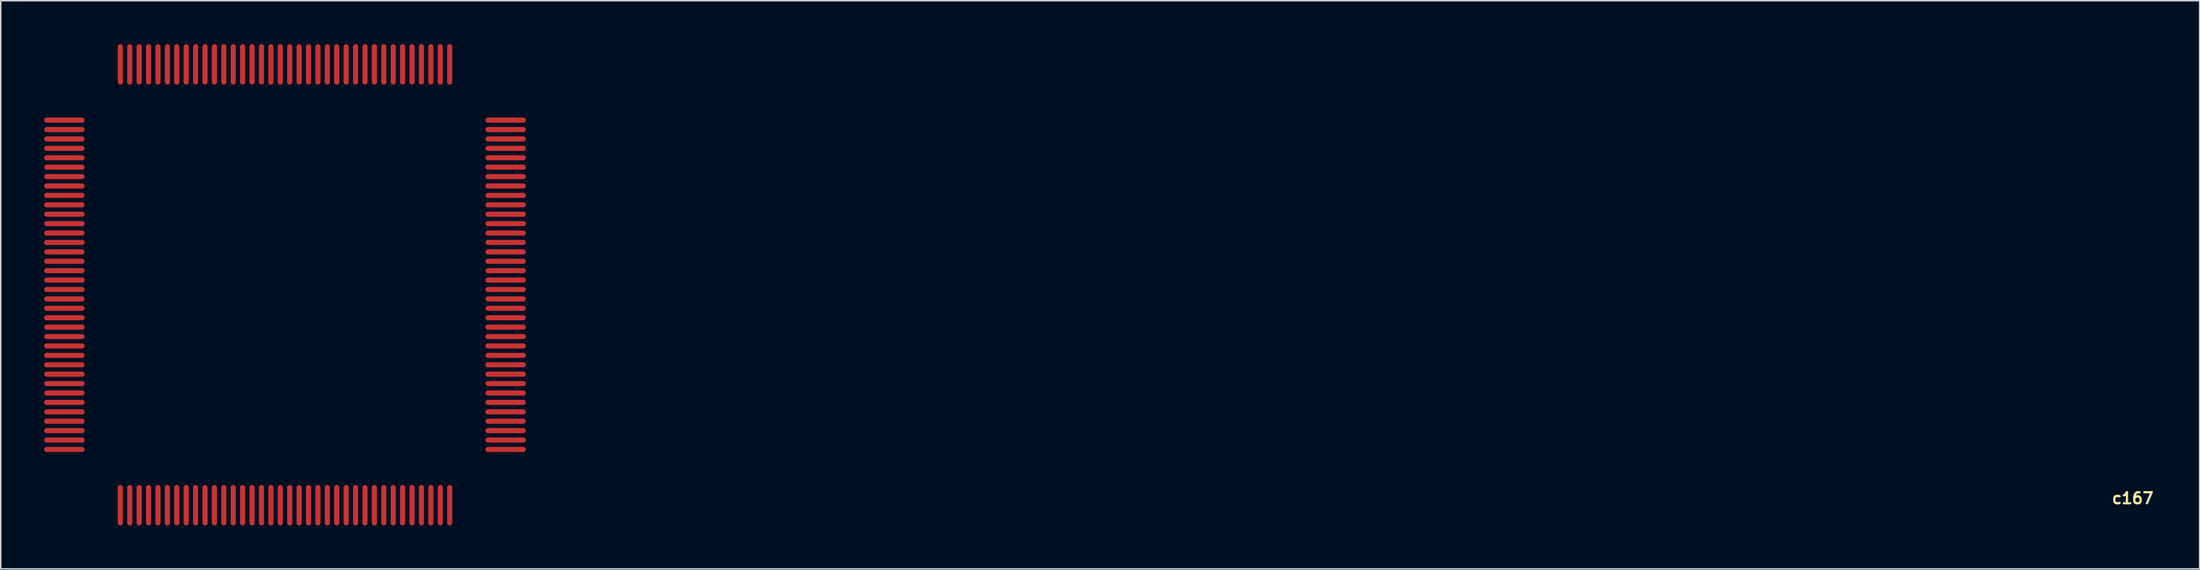
<source format=kicad_pcb>
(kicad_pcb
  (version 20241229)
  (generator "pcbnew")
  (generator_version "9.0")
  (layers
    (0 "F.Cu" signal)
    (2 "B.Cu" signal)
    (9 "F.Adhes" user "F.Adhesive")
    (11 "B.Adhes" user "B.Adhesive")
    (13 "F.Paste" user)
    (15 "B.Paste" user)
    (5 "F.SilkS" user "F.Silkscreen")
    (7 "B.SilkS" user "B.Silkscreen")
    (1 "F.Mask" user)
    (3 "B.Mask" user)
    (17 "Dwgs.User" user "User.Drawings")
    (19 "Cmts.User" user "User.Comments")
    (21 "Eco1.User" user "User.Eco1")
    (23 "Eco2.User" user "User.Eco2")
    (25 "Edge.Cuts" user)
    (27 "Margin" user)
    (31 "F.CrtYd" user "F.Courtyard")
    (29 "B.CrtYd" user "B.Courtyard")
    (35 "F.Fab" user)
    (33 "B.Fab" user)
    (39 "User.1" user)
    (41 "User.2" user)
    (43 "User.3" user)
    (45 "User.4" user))
  (footprint "c167"
    (layer "F.Cu")
    (at 31.877 27.999)
    (property "Reference" "c167" (at 110.879 3.819 0) (unlocked yes) (layer "F.SilkS") (effects (font (size 0.762 0.762) (thickness 0.152)) (justify left bottom)))
    (pad "1" smd oval (at 0 0 270) (size 0.356 2.794) (layers "F.Cu" "F.Mask" "F.Paste"))
    (pad "2" smd oval (at 0 -0.65 270) (size 0.356 2.794) (layers "F.Cu" "F.Mask" "F.Paste"))
    (pad "3" smd oval (at 0 -1.3 270) (size 0.356 2.794) (layers "F.Cu" "F.Mask" "F.Paste"))
    (pad "4" smd oval (at 0 -1.95 270) (size 0.356 2.794) (layers "F.Cu" "F.Mask" "F.Paste"))
    (pad "5" smd oval (at 0 -2.6 270) (size 0.356 2.794) (layers "F.Cu" "F.Mask" "F.Paste"))
    (pad "6" smd oval (at 0 -3.25 270) (size 0.356 2.794) (layers "F.Cu" "F.Mask" "F.Paste"))
    (pad "7" smd oval (at 0 -3.9 270) (size 0.356 2.794) (layers "F.Cu" "F.Mask" "F.Paste"))
    (pad "8" smd oval (at 0 -4.55 270) (size 0.356 2.794) (layers "F.Cu" "F.Mask" "F.Paste"))
    (pad "9" smd oval (at 0 -5.2 270) (size 0.356 2.794) (layers "F.Cu" "F.Mask" "F.Paste"))
    (pad "10" smd oval (at 0 -5.85 270) (size 0.356 2.794) (layers "F.Cu" "F.Mask" "F.Paste"))
    (pad "11" smd oval (at 0 -6.5 270) (size 0.356 2.794) (layers "F.Cu" "F.Mask" "F.Paste"))
    (pad "12" smd oval (at 0 -7.15 270) (size 0.356 2.794) (layers "F.Cu" "F.Mask" "F.Paste"))
    (pad "13" smd oval (at 0 -7.8 270) (size 0.356 2.794) (layers "F.Cu" "F.Mask" "F.Paste"))
    (pad "14" smd oval (at 0 -8.45 270) (size 0.356 2.794) (layers "F.Cu" "F.Mask" "F.Paste"))
    (pad "15" smd oval (at 0 -9.1 270) (size 0.356 2.794) (layers "F.Cu" "F.Mask" "F.Paste"))
    (pad "16" smd oval (at 0 -9.75 270) (size 0.356 2.794) (layers "F.Cu" "F.Mask" "F.Paste"))
    (pad "17" smd oval (at 0 -10.4 270) (size 0.356 2.794) (layers "F.Cu" "F.Mask" "F.Paste"))
    (pad "18" smd oval (at 0 -11.05 270) (size 0.356 2.794) (layers "F.Cu" "F.Mask" "F.Paste"))
    (pad "19" smd oval (at 0 -11.7 270) (size 0.356 2.794) (layers "F.Cu" "F.Mask" "F.Paste"))
    (pad "20" smd oval (at 0 -12.35 270) (size 0.356 2.794) (layers "F.Cu" "F.Mask" "F.Paste"))
    (pad "21" smd oval (at 0 -13 270) (size 0.356 2.794) (layers "F.Cu" "F.Mask" "F.Paste"))
    (pad "22" smd oval (at 0 -13.65 270) (size 0.356 2.794) (layers "F.Cu" "F.Mask" "F.Paste"))
    (pad "23" smd oval (at 0 -14.3 270) (size 0.356 2.794) (layers "F.Cu" "F.Mask" "F.Paste"))
    (pad "24" smd oval (at 0 -14.95 270) (size 0.356 2.794) (layers "F.Cu" "F.Mask" "F.Paste"))
    (pad "25" smd oval (at 0 -15.6 270) (size 0.356 2.794) (layers "F.Cu" "F.Mask" "F.Paste"))
    (pad "26" smd oval (at 0 -16.25 270) (size 0.356 2.794) (layers "F.Cu" "F.Mask" "F.Paste"))
    (pad "27" smd oval (at 0 -16.9 270) (size 0.356 2.794) (layers "F.Cu" "F.Mask" "F.Paste"))
    (pad "28" smd oval (at 0 -17.55 270) (size 0.356 2.794) (layers "F.Cu" "F.Mask" "F.Paste"))
    (pad "29" smd oval (at 0 -18.2 270) (size 0.356 2.794) (layers "F.Cu" "F.Mask" "F.Paste"))
    (pad "30" smd oval (at 0 -18.85 270) (size 0.356 2.794) (layers "F.Cu" "F.Mask" "F.Paste"))
    (pad "31" smd oval (at 0 -19.5 270) (size 0.356 2.794) (layers "F.Cu" "F.Mask" "F.Paste"))
    (pad "32" smd oval (at 0 -20.15 270) (size 0.356 2.794) (layers "F.Cu" "F.Mask" "F.Paste"))
    (pad "33" smd oval (at 0 -20.8 270) (size 0.356 2.794) (layers "F.Cu" "F.Mask" "F.Paste"))
    (pad "34" smd oval (at 0 -21.45 270) (size 0.356 2.794) (layers "F.Cu" "F.Mask" "F.Paste"))
    (pad "35" smd oval (at 0 -22.1 270) (size 0.356 2.794) (layers "F.Cu" "F.Mask" "F.Paste"))
    (pad "36" smd oval (at 0 -22.75 270) (size 0.356 2.794) (layers "F.Cu" "F.Mask" "F.Paste"))
    (pad "37" smd oval (at -3.865 -26.602) (size 0.356 2.794) (layers "F.Cu" "F.Mask" "F.Paste"))
    (pad "38" smd oval (at -4.515 -26.602) (size 0.356 2.794) (layers "F.Cu" "F.Mask" "F.Paste"))
    (pad "39" smd oval (at -5.165 -26.602) (size 0.356 2.794) (layers "F.Cu" "F.Mask" "F.Paste"))
    (pad "40" smd oval (at -5.815 -26.602) (size 0.356 2.794) (layers "F.Cu" "F.Mask" "F.Paste"))
    (pad "41" smd oval (at -6.465 -26.602) (size 0.356 2.794) (layers "F.Cu" "F.Mask" "F.Paste"))
    (pad "42" smd oval (at -7.115 -26.602) (size 0.356 2.794) (layers "F.Cu" "F.Mask" "F.Paste"))
    (pad "43" smd oval (at -7.765 -26.602) (size 0.356 2.794) (layers "F.Cu" "F.Mask" "F.Paste"))
    (pad "44" smd oval (at -8.415 -26.602) (size 0.356 2.794) (layers "F.Cu" "F.Mask" "F.Paste"))
    (pad "45" smd oval (at -9.065 -26.602) (size 0.356 2.794) (layers "F.Cu" "F.Mask" "F.Paste"))
    (pad "46" smd oval (at -9.715 -26.602) (size 0.356 2.794) (layers "F.Cu" "F.Mask" "F.Paste"))
    (pad "47" smd oval (at -10.365 -26.602) (size 0.356 2.794) (layers "F.Cu" "F.Mask" "F.Paste"))
    (pad "48" smd oval (at -11.015 -26.602) (size 0.356 2.794) (layers "F.Cu" "F.Mask" "F.Paste"))
    (pad "49" smd oval (at -11.665 -26.602) (size 0.356 2.794) (layers "F.Cu" "F.Mask" "F.Paste"))
    (pad "50" smd oval (at -12.315 -26.602) (size 0.356 2.794) (layers "F.Cu" "F.Mask" "F.Paste"))
    (pad "51" smd oval (at -12.965 -26.602) (size 0.356 2.794) (layers "F.Cu" "F.Mask" "F.Paste"))
    (pad "52" smd oval (at -13.615 -26.602) (size 0.356 2.794) (layers "F.Cu" "F.Mask" "F.Paste"))
    (pad "53" smd oval (at -14.265 -26.602) (size 0.356 2.794) (layers "F.Cu" "F.Mask" "F.Paste"))
    (pad "54" smd oval (at -14.915 -26.602) (size 0.356 2.794) (layers "F.Cu" "F.Mask" "F.Paste"))
    (pad "55" smd oval (at -15.565 -26.602) (size 0.356 2.794) (layers "F.Cu" "F.Mask" "F.Paste"))
    (pad "56" smd oval (at -16.215 -26.602) (size 0.356 2.794) (layers "F.Cu" "F.Mask" "F.Paste"))
    (pad "57" smd oval (at -16.865 -26.602) (size 0.356 2.794) (layers "F.Cu" "F.Mask" "F.Paste"))
    (pad "58" smd oval (at -17.515 -26.602) (size 0.356 2.794) (layers "F.Cu" "F.Mask" "F.Paste"))
    (pad "59" smd oval (at -18.165 -26.602) (size 0.356 2.794) (layers "F.Cu" "F.Mask" "F.Paste"))
    (pad "60" smd oval (at -18.815 -26.602) (size 0.356 2.794) (layers "F.Cu" "F.Mask" "F.Paste"))
    (pad "61" smd oval (at -19.465 -26.602) (size 0.356 2.794) (layers "F.Cu" "F.Mask" "F.Paste"))
    (pad "62" smd oval (at -20.115 -26.602) (size 0.356 2.794) (layers "F.Cu" "F.Mask" "F.Paste"))
    (pad "63" smd oval (at -20.765 -26.602) (size 0.356 2.794) (layers "F.Cu" "F.Mask" "F.Paste"))
    (pad "64" smd oval (at -21.415 -26.602) (size 0.356 2.794) (layers "F.Cu" "F.Mask" "F.Paste"))
    (pad "65" smd oval (at -22.065 -26.602) (size 0.356 2.794) (layers "F.Cu" "F.Mask" "F.Paste"))
    (pad "66" smd oval (at -22.715 -26.602) (size 0.356 2.794) (layers "F.Cu" "F.Mask" "F.Paste"))
    (pad "67" smd oval (at -23.365 -26.602) (size 0.356 2.794) (layers "F.Cu" "F.Mask" "F.Paste"))
    (pad "68" smd oval (at -24.015 -26.602) (size 0.356 2.794) (layers "F.Cu" "F.Mask" "F.Paste"))
    (pad "69" smd oval (at -24.665 -26.602) (size 0.356 2.794) (layers "F.Cu" "F.Mask" "F.Paste"))
    (pad "70" smd oval (at -25.315 -26.602) (size 0.356 2.794) (layers "F.Cu" "F.Mask" "F.Paste"))
    (pad "71" smd oval (at -25.965 -26.602) (size 0.356 2.794) (layers "F.Cu" "F.Mask" "F.Paste"))
    (pad "72" smd oval (at -26.615 -26.602) (size 0.356 2.794) (layers "F.Cu" "F.Mask" "F.Paste"))
    (pad "73" smd oval (at -30.48 -22.75 90) (size 0.356 2.794) (layers "F.Cu" "F.Mask" "F.Paste"))
    (pad "74" smd oval (at -30.48 -22.1 90) (size 0.356 2.794) (layers "F.Cu" "F.Mask" "F.Paste"))
    (pad "75" smd oval (at -30.48 -21.45 90) (size 0.356 2.794) (layers "F.Cu" "F.Mask" "F.Paste"))
    (pad "76" smd oval (at -30.48 -20.8 90) (size 0.356 2.794) (layers "F.Cu" "F.Mask" "F.Paste"))
    (pad "77" smd oval (at -30.48 -20.15 90) (size 0.356 2.794) (layers "F.Cu" "F.Mask" "F.Paste"))
    (pad "78" smd oval (at -30.48 -19.5 90) (size 0.356 2.794) (layers "F.Cu" "F.Mask" "F.Paste"))
    (pad "79" smd oval (at -30.48 -18.85 90) (size 0.356 2.794) (layers "F.Cu" "F.Mask" "F.Paste"))
    (pad "80" smd oval (at -30.48 -18.2 90) (size 0.356 2.794) (layers "F.Cu" "F.Mask" "F.Paste"))
    (pad "81" smd oval (at -30.48 -17.55 90) (size 0.356 2.794) (layers "F.Cu" "F.Mask" "F.Paste"))
    (pad "82" smd oval (at -30.48 -16.9 90) (size 0.356 2.794) (layers "F.Cu" "F.Mask" "F.Paste"))
    (pad "83" smd oval (at -30.48 -16.25 90) (size 0.356 2.794) (layers "F.Cu" "F.Mask" "F.Paste"))
    (pad "84" smd oval (at -30.48 -15.6 90) (size 0.356 2.794) (layers "F.Cu" "F.Mask" "F.Paste"))
    (pad "85" smd oval (at -30.48 -14.95 90) (size 0.356 2.794) (layers "F.Cu" "F.Mask" "F.Paste"))
    (pad "86" smd oval (at -30.48 -14.3 90) (size 0.356 2.794) (layers "F.Cu" "F.Mask" "F.Paste"))
    (pad "87" smd oval (at -30.48 -13.65 90) (size 0.356 2.794) (layers "F.Cu" "F.Mask" "F.Paste"))
    (pad "88" smd oval (at -30.48 -13 90) (size 0.356 2.794) (layers "F.Cu" "F.Mask" "F.Paste"))
    (pad "89" smd oval (at -30.48 -12.35 90) (size 0.356 2.794) (layers "F.Cu" "F.Mask" "F.Paste"))
    (pad "90" smd oval (at -30.48 -11.7 90) (size 0.356 2.794) (layers "F.Cu" "F.Mask" "F.Paste"))
    (pad "91" smd oval (at -30.48 -11.05 90) (size 0.356 2.794) (layers "F.Cu" "F.Mask" "F.Paste"))
    (pad "92" smd oval (at -30.48 -10.4 90) (size 0.356 2.794) (layers "F.Cu" "F.Mask" "F.Paste"))
    (pad "93" smd oval (at -30.48 -9.75 90) (size 0.356 2.794) (layers "F.Cu" "F.Mask" "F.Paste"))
    (pad "94" smd oval (at -30.48 -9.1 90) (size 0.356 2.794) (layers "F.Cu" "F.Mask" "F.Paste"))
    (pad "95" smd oval (at -30.48 -8.45 90) (size 0.356 2.794) (layers "F.Cu" "F.Mask" "F.Paste"))
    (pad "96" smd oval (at -30.48 -7.8 90) (size 0.356 2.794) (layers "F.Cu" "F.Mask" "F.Paste"))
    (pad "97" smd oval (at -30.48 -7.15 90) (size 0.356 2.794) (layers "F.Cu" "F.Mask" "F.Paste"))
    (pad "98" smd oval (at -30.48 -6.5 90) (size 0.356 2.794) (layers "F.Cu" "F.Mask" "F.Paste"))
    (pad "99" smd oval (at -30.48 -5.85 90) (size 0.356 2.794) (layers "F.Cu" "F.Mask" "F.Paste"))
    (pad "100" smd oval (at -30.48 -5.2 90) (size 0.356 2.794) (layers "F.Cu" "F.Mask" "F.Paste"))
    (pad "101" smd oval (at -30.48 -4.55 90) (size 0.356 2.794) (layers "F.Cu" "F.Mask" "F.Paste"))
    (pad "102" smd oval (at -30.48 -3.9 90) (size 0.356 2.794) (layers "F.Cu" "F.Mask" "F.Paste"))
    (pad "103" smd oval (at -30.48 -3.25 90) (size 0.356 2.794) (layers "F.Cu" "F.Mask" "F.Paste"))
    (pad "104" smd oval (at -30.48 -2.6 90) (size 0.356 2.794) (layers "F.Cu" "F.Mask" "F.Paste"))
    (pad "105" smd oval (at -30.48 -1.95 90) (size 0.356 2.794) (layers "F.Cu" "F.Mask" "F.Paste"))
    (pad "106" smd oval (at -30.48 -1.3 90) (size 0.356 2.794) (layers "F.Cu" "F.Mask" "F.Paste"))
    (pad "107" smd oval (at -30.48 -0.65 90) (size 0.356 2.794) (layers "F.Cu" "F.Mask" "F.Paste"))
    (pad "108" smd oval (at -30.48 0 90) (size 0.356 2.794) (layers "F.Cu" "F.Mask" "F.Paste"))
    (pad "109" smd oval (at -26.615 3.852 180) (size 0.356 2.794) (layers "F.Cu" "F.Mask" "F.Paste"))
    (pad "110" smd oval (at -25.965 3.852 180) (size 0.356 2.794) (layers "F.Cu" "F.Mask" "F.Paste"))
    (pad "111" smd oval (at -25.315 3.852 180) (size 0.356 2.794) (layers "F.Cu" "F.Mask" "F.Paste"))
    (pad "112" smd oval (at -24.665 3.852 180) (size 0.356 2.794) (layers "F.Cu" "F.Mask" "F.Paste"))
    (pad "113" smd oval (at -24.015 3.852 180) (size 0.356 2.794) (layers "F.Cu" "F.Mask" "F.Paste"))
    (pad "114" smd oval (at -23.365 3.852 180) (size 0.356 2.794) (layers "F.Cu" "F.Mask" "F.Paste"))
    (pad "115" smd oval (at -22.715 3.852 180) (size 0.356 2.794) (layers "F.Cu" "F.Mask" "F.Paste"))
    (pad "116" smd oval (at -22.065 3.852 180) (size 0.356 2.794) (layers "F.Cu" "F.Mask" "F.Paste"))
    (pad "117" smd oval (at -21.415 3.852 180) (size 0.356 2.794) (layers "F.Cu" "F.Mask" "F.Paste"))
    (pad "118" smd oval (at -20.765 3.852 180) (size 0.356 2.794) (layers "F.Cu" "F.Mask" "F.Paste"))
    (pad "119" smd oval (at -20.115 3.852 180) (size 0.356 2.794) (layers "F.Cu" "F.Mask" "F.Paste"))
    (pad "120" smd oval (at -19.465 3.852 180) (size 0.356 2.794) (layers "F.Cu" "F.Mask" "F.Paste"))
    (pad "121" smd oval (at -18.815 3.852 180) (size 0.356 2.794) (layers "F.Cu" "F.Mask" "F.Paste"))
    (pad "122" smd oval (at -18.165 3.852 180) (size 0.356 2.794) (layers "F.Cu" "F.Mask" "F.Paste"))
    (pad "123" smd oval (at -17.515 3.852 180) (size 0.356 2.794) (layers "F.Cu" "F.Mask" "F.Paste"))
    (pad "124" smd oval (at -16.865 3.852 180) (size 0.356 2.794) (layers "F.Cu" "F.Mask" "F.Paste"))
    (pad "125" smd oval (at -16.215 3.852 180) (size 0.356 2.794) (layers "F.Cu" "F.Mask" "F.Paste"))
    (pad "126" smd oval (at -15.565 3.852 180) (size 0.356 2.794) (layers "F.Cu" "F.Mask" "F.Paste"))
    (pad "127" smd oval (at -14.915 3.852 180) (size 0.356 2.794) (layers "F.Cu" "F.Mask" "F.Paste"))
    (pad "128" smd oval (at -14.265 3.852 180) (size 0.356 2.794) (layers "F.Cu" "F.Mask" "F.Paste"))
    (pad "129" smd oval (at -13.615 3.852 180) (size 0.356 2.794) (layers "F.Cu" "F.Mask" "F.Paste"))
    (pad "130" smd oval (at -12.965 3.852 180) (size 0.356 2.794) (layers "F.Cu" "F.Mask" "F.Paste"))
    (pad "131" smd oval (at -12.315 3.852 180) (size 0.356 2.794) (layers "F.Cu" "F.Mask" "F.Paste"))
    (pad "132" smd oval (at -11.665 3.852 180) (size 0.356 2.794) (layers "F.Cu" "F.Mask" "F.Paste"))
    (pad "133" smd oval (at -11.015 3.852 180) (size 0.356 2.794) (layers "F.Cu" "F.Mask" "F.Paste"))
    (pad "134" smd oval (at -10.365 3.852 180) (size 0.356 2.794) (layers "F.Cu" "F.Mask" "F.Paste"))
    (pad "135" smd oval (at -9.715 3.852 180) (size 0.356 2.794) (layers "F.Cu" "F.Mask" "F.Paste"))
    (pad "136" smd oval (at -9.065 3.852 180) (size 0.356 2.794) (layers "F.Cu" "F.Mask" "F.Paste"))
    (pad "137" smd oval (at -8.415 3.852 180) (size 0.356 2.794) (layers "F.Cu" "F.Mask" "F.Paste"))
    (pad "138" smd oval (at -7.765 3.852 180) (size 0.356 2.794) (layers "F.Cu" "F.Mask" "F.Paste"))
    (pad "139" smd oval (at -7.115 3.852 180) (size 0.356 2.794) (layers "F.Cu" "F.Mask" "F.Paste"))
    (pad "140" smd oval (at -6.465 3.852 180) (size 0.356 2.794) (layers "F.Cu" "F.Mask" "F.Paste"))
    (pad "141" smd oval (at -5.815 3.852 180) (size 0.356 2.794) (layers "F.Cu" "F.Mask" "F.Paste"))
    (pad "142" smd oval (at -5.165 3.852 180) (size 0.356 2.794) (layers "F.Cu" "F.Mask" "F.Paste"))
    (pad "143" smd oval (at -4.515 3.852 180) (size 0.356 2.794) (layers "F.Cu" "F.Mask" "F.Paste"))
    (pad "144" smd oval (at -3.865 3.852 180) (size 0.356 2.794) (layers "F.Cu" "F.Mask" "F.Paste")))
  (gr_rect
    (start -3 -3)
    (end 148.892 36.249)
    (stroke (width 0.1) (type default))
    (fill no)
    (layer "Edge.Cuts")))
</source>
